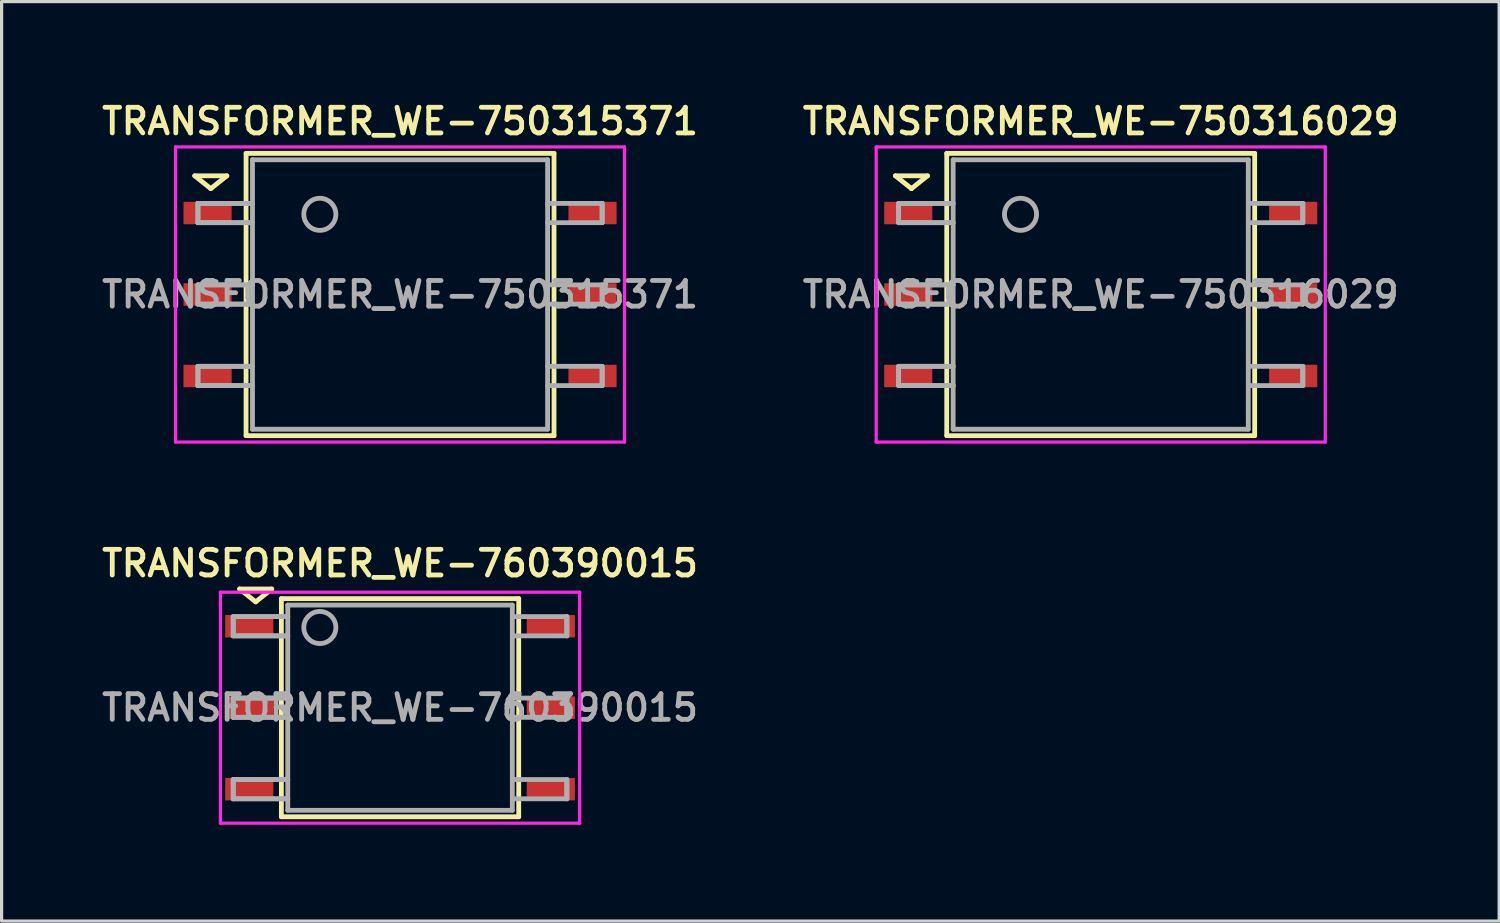
<source format=kicad_pcb>
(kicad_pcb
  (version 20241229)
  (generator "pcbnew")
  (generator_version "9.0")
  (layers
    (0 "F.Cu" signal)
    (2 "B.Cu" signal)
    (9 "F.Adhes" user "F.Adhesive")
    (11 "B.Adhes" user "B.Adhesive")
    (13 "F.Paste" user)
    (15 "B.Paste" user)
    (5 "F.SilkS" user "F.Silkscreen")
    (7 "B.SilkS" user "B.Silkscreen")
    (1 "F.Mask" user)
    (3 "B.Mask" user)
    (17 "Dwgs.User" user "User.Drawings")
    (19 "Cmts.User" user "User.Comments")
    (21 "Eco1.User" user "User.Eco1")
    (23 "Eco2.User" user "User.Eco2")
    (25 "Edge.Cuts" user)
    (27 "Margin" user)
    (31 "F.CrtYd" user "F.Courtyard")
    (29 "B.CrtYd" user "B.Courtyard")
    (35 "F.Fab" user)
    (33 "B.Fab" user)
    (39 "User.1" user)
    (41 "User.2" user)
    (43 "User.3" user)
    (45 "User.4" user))
  (footprint "TRANSFORMER_WE-750316029"
    (layer "F.Cu")
    (at 31.264 6.131)
    (property "Reference" "TRANSFORMER_WE-750316029" (at 0 -5.4 0) (layer "F.SilkS") (effects (font (size 0.8 0.8) (thickness 0.15))))
    (attr through_hole)
    (fp_line (start -6.4 -3.7) (end -5.4 -3.7) (stroke (width 0.15) (type solid)) (layer "F.SilkS"))
    (fp_line (start -5.9 -3.3) (end -6.4 -3.7) (stroke (width 0.15) (type solid)) (layer "F.SilkS"))
    (fp_line (start -5.4 -3.7) (end -5.9 -3.3) (stroke (width 0.15) (type solid)) (layer "F.SilkS"))
    (fp_line (start -4.8 -4.4) (end -4.8 4.4) (stroke (width 0.15) (type solid)) (layer "F.SilkS"))
    (fp_line (start -4.8 4.4) (end 4.8 4.4) (stroke (width 0.15) (type solid)) (layer "F.SilkS"))
    (fp_line (start 4.8 -4.4) (end -4.8 -4.4) (stroke (width 0.15) (type solid)) (layer "F.SilkS"))
    (fp_line (start 4.8 4.4) (end 4.8 -4.4) (stroke (width 0.15) (type solid)) (layer "F.SilkS"))
    (fp_line (start -7 -4.6) (end -7 4.6) (stroke (width 0.1) (type solid)) (layer "F.CrtYd"))
    (fp_line (start -7 4.6) (end 7 4.6) (stroke (width 0.1) (type solid)) (layer "F.CrtYd"))
    (fp_line (start 7 -4.6) (end -7 -4.6) (stroke (width 0.1) (type solid)) (layer "F.CrtYd"))
    (fp_line (start 7 4.6) (end 7 -4.6) (stroke (width 0.1) (type solid)) (layer "F.CrtYd"))
    (fp_line (start -6.3 -2.84) (end -6.3 -2.24) (stroke (width 0.15) (type solid)) (layer "F.Fab"))
    (fp_line (start -6.3 -2.84) (end -6.3 -2.24) (stroke (width 0.15) (type solid)) (layer "F.Fab"))
    (fp_line (start -6.3 -2.24) (end -4.6 -2.24) (stroke (width 0.15) (type solid)) (layer "F.Fab"))
    (fp_line (start -6.3 -2.24) (end -4.6 -2.24) (stroke (width 0.15) (type solid)) (layer "F.Fab"))
    (fp_line (start -6.3 -0.3) (end -6.3 0.3) (stroke (width 0.15) (type solid)) (layer "F.Fab"))
    (fp_line (start -6.3 -0.3) (end -6.3 0.3) (stroke (width 0.15) (type solid)) (layer "F.Fab"))
    (fp_line (start -6.3 0.3) (end -4.6 0.3) (stroke (width 0.15) (type solid)) (layer "F.Fab"))
    (fp_line (start -6.3 0.3) (end -4.6 0.3) (stroke (width 0.15) (type solid)) (layer "F.Fab"))
    (fp_line (start -6.3 2.24) (end -6.3 2.84) (stroke (width 0.15) (type solid)) (layer "F.Fab"))
    (fp_line (start -6.3 2.24) (end -6.3 2.84) (stroke (width 0.15) (type solid)) (layer "F.Fab"))
    (fp_line (start -6.3 2.84) (end -4.6 2.84) (stroke (width 0.15) (type solid)) (layer "F.Fab"))
    (fp_line (start -6.3 2.84) (end -4.6 2.84) (stroke (width 0.15) (type solid)) (layer "F.Fab"))
    (fp_line (start -4.6 -4.2) (end 4.6 -4.2) (stroke (width 0.15) (type solid)) (layer "F.Fab"))
    (fp_line (start -4.6 -2.84) (end -6.3 -2.84) (stroke (width 0.15) (type solid)) (layer "F.Fab"))
    (fp_line (start -4.6 -2.84) (end -6.3 -2.84) (stroke (width 0.15) (type solid)) (layer "F.Fab"))
    (fp_line (start -4.6 -0.3) (end -6.3 -0.3) (stroke (width 0.15) (type solid)) (layer "F.Fab"))
    (fp_line (start -4.6 -0.3) (end -6.3 -0.3) (stroke (width 0.15) (type solid)) (layer "F.Fab"))
    (fp_line (start -4.6 2.24) (end -6.3 2.24) (stroke (width 0.15) (type solid)) (layer "F.Fab"))
    (fp_line (start -4.6 2.24) (end -6.3 2.24) (stroke (width 0.15) (type solid)) (layer "F.Fab"))
    (fp_line (start -4.6 4.2) (end -4.6 -4.2) (stroke (width 0.15) (type solid)) (layer "F.Fab"))
    (fp_line (start 4.6 -4.2) (end 4.6 4.2) (stroke (width 0.15) (type solid)) (layer "F.Fab"))
    (fp_line (start 4.6 -2.84) (end 6.3 -2.84) (stroke (width 0.15) (type solid)) (layer "F.Fab"))
    (fp_line (start 4.6 -0.3) (end 6.3 -0.3) (stroke (width 0.15) (type solid)) (layer "F.Fab"))
    (fp_line (start 4.6 2.24) (end 6.3 2.24) (stroke (width 0.15) (type solid)) (layer "F.Fab"))
    (fp_line (start 4.6 4.2) (end -4.6 4.2) (stroke (width 0.15) (type solid)) (layer "F.Fab"))
    (fp_line (start 6.3 -2.84) (end 6.3 -2.24) (stroke (width 0.15) (type solid)) (layer "F.Fab"))
    (fp_line (start 6.3 -2.84) (end 6.3 -2.24) (stroke (width 0.15) (type solid)) (layer "F.Fab"))
    (fp_line (start 6.3 -2.24) (end 4.6 -2.24) (stroke (width 0.15) (type solid)) (layer "F.Fab"))
    (fp_line (start 6.3 -0.3) (end 6.3 0.3) (stroke (width 0.15) (type solid)) (layer "F.Fab"))
    (fp_line (start 6.3 -0.3) (end 6.3 0.3) (stroke (width 0.15) (type solid)) (layer "F.Fab"))
    (fp_line (start 6.3 0.3) (end 4.6 0.3) (stroke (width 0.15) (type solid)) (layer "F.Fab"))
    (fp_line (start 6.3 2.24) (end 6.3 2.84) (stroke (width 0.15) (type solid)) (layer "F.Fab"))
    (fp_line (start 6.3 2.24) (end 6.3 2.84) (stroke (width 0.15) (type solid)) (layer "F.Fab"))
    (fp_line (start 6.3 2.84) (end 4.6 2.84) (stroke (width 0.15) (type solid)) (layer "F.Fab"))
    (fp_circle (center -2.5 -2.5) (end -2 -2.5) (stroke (width 0.15) (type solid)) (fill no) (layer "F.Fab"))
    (fp_text user "${REFERENCE}" (at 0 0 0) (layer "F.Fab") (effects (font (size 0.8 0.8) (thickness 0.15))))
    (pad "1" smd rect (at -6 -2.54) (size 1.5 0.7) (layers "F.Cu" "F.Mask" "F.Paste"))
    (pad "2" smd rect (at -6 0) (size 1.5 0.7) (layers "F.Cu" "F.Mask" "F.Paste"))
    (pad "3" smd rect (at -6 2.54) (size 1.5 0.7) (layers "F.Cu" "F.Mask" "F.Paste"))
    (pad "4" smd rect (at 6 2.54) (size 1.5 0.7) (layers "F.Cu" "F.Mask" "F.Paste"))
    (pad "5" smd rect (at 6 0) (size 1.5 0.7) (layers "F.Cu" "F.Mask" "F.Paste"))
    (pad "6" smd rect (at 6 -2.54) (size 1.5 0.7) (layers "F.Cu" "F.Mask" "F.Paste")))
  (footprint "TRANSFORMER_WE-760390015"
    (layer "F.Cu")
    (at 9.421 19.012)
    (property "Reference" "TRANSFORMER_WE-760390015" (at 0 -4.5 0) (layer "F.SilkS") (effects (font (size 0.8 0.8) (thickness 0.15))))
    (attr through_hole)
    (fp_line (start -5 -3.7) (end -4 -3.7) (stroke (width 0.15) (type solid)) (layer "F.SilkS"))
    (fp_line (start -4.5 -3.3) (end -5 -3.7) (stroke (width 0.15) (type solid)) (layer "F.SilkS"))
    (fp_line (start -4 -3.7) (end -4.5 -3.3) (stroke (width 0.15) (type solid)) (layer "F.SilkS"))
    (fp_line (start -3.7 -3.4) (end -3.7 3.4) (stroke (width 0.15) (type solid)) (layer "F.SilkS"))
    (fp_line (start -3.7 3.4) (end 3.7 3.4) (stroke (width 0.15) (type solid)) (layer "F.SilkS"))
    (fp_line (start 3.7 -3.4) (end -3.7 -3.4) (stroke (width 0.15) (type solid)) (layer "F.SilkS"))
    (fp_line (start 3.7 3.4) (end 3.7 -3.4) (stroke (width 0.15) (type solid)) (layer "F.SilkS"))
    (fp_line (start -5.6 -3.6) (end -5.6 3.6) (stroke (width 0.1) (type solid)) (layer "F.CrtYd"))
    (fp_line (start -5.6 3.6) (end 5.6 3.6) (stroke (width 0.1) (type solid)) (layer "F.CrtYd"))
    (fp_line (start 5.6 -3.6) (end -5.6 -3.6) (stroke (width 0.1) (type solid)) (layer "F.CrtYd"))
    (fp_line (start 5.6 3.6) (end 5.6 -3.6) (stroke (width 0.1) (type solid)) (layer "F.CrtYd"))
    (fp_line (start -5.2 -2.84) (end -5.2 -2.24) (stroke (width 0.15) (type solid)) (layer "F.Fab"))
    (fp_line (start -5.2 -2.84) (end -5.2 -2.24) (stroke (width 0.15) (type solid)) (layer "F.Fab"))
    (fp_line (start -5.2 -2.24) (end -3.5 -2.24) (stroke (width 0.15) (type solid)) (layer "F.Fab"))
    (fp_line (start -5.2 -2.24) (end -3.5 -2.24) (stroke (width 0.15) (type solid)) (layer "F.Fab"))
    (fp_line (start -5.2 -0.3) (end -5.2 0.3) (stroke (width 0.15) (type solid)) (layer "F.Fab"))
    (fp_line (start -5.2 -0.3) (end -5.2 0.3) (stroke (width 0.15) (type solid)) (layer "F.Fab"))
    (fp_line (start -5.2 0.3) (end -3.5 0.3) (stroke (width 0.15) (type solid)) (layer "F.Fab"))
    (fp_line (start -5.2 0.3) (end -3.5 0.3) (stroke (width 0.15) (type solid)) (layer "F.Fab"))
    (fp_line (start -5.2 2.24) (end -5.2 2.84) (stroke (width 0.15) (type solid)) (layer "F.Fab"))
    (fp_line (start -5.2 2.24) (end -5.2 2.84) (stroke (width 0.15) (type solid)) (layer "F.Fab"))
    (fp_line (start -5.2 2.84) (end -3.5 2.84) (stroke (width 0.15) (type solid)) (layer "F.Fab"))
    (fp_line (start -5.2 2.84) (end -3.5 2.84) (stroke (width 0.15) (type solid)) (layer "F.Fab"))
    (fp_line (start -3.5 -3.2) (end 3.5 -3.2) (stroke (width 0.15) (type solid)) (layer "F.Fab"))
    (fp_line (start -3.5 -2.84) (end -5.2 -2.84) (stroke (width 0.15) (type solid)) (layer "F.Fab"))
    (fp_line (start -3.5 -2.84) (end -5.2 -2.84) (stroke (width 0.15) (type solid)) (layer "F.Fab"))
    (fp_line (start -3.5 -0.3) (end -5.2 -0.3) (stroke (width 0.15) (type solid)) (layer "F.Fab"))
    (fp_line (start -3.5 -0.3) (end -5.2 -0.3) (stroke (width 0.15) (type solid)) (layer "F.Fab"))
    (fp_line (start -3.5 2.24) (end -5.2 2.24) (stroke (width 0.15) (type solid)) (layer "F.Fab"))
    (fp_line (start -3.5 2.24) (end -5.2 2.24) (stroke (width 0.15) (type solid)) (layer "F.Fab"))
    (fp_line (start -3.5 3.2) (end -3.5 -3.2) (stroke (width 0.15) (type solid)) (layer "F.Fab"))
    (fp_line (start 3.5 -3.2) (end 3.5 3.2) (stroke (width 0.15) (type solid)) (layer "F.Fab"))
    (fp_line (start 3.5 -2.84) (end 5.2 -2.84) (stroke (width 0.15) (type solid)) (layer "F.Fab"))
    (fp_line (start 3.5 -0.3) (end 5.2 -0.3) (stroke (width 0.15) (type solid)) (layer "F.Fab"))
    (fp_line (start 3.5 2.24) (end 5.2 2.24) (stroke (width 0.15) (type solid)) (layer "F.Fab"))
    (fp_line (start 3.5 3.2) (end -3.5 3.2) (stroke (width 0.15) (type solid)) (layer "F.Fab"))
    (fp_line (start 5.2 -2.84) (end 5.2 -2.24) (stroke (width 0.15) (type solid)) (layer "F.Fab"))
    (fp_line (start 5.2 -2.84) (end 5.2 -2.24) (stroke (width 0.15) (type solid)) (layer "F.Fab"))
    (fp_line (start 5.2 -2.24) (end 3.5 -2.24) (stroke (width 0.15) (type solid)) (layer "F.Fab"))
    (fp_line (start 5.2 -0.3) (end 5.2 0.3) (stroke (width 0.15) (type solid)) (layer "F.Fab"))
    (fp_line (start 5.2 -0.3) (end 5.2 0.3) (stroke (width 0.15) (type solid)) (layer "F.Fab"))
    (fp_line (start 5.2 0.3) (end 3.5 0.3) (stroke (width 0.15) (type solid)) (layer "F.Fab"))
    (fp_line (start 5.2 2.24) (end 5.2 2.84) (stroke (width 0.15) (type solid)) (layer "F.Fab"))
    (fp_line (start 5.2 2.24) (end 5.2 2.84) (stroke (width 0.15) (type solid)) (layer "F.Fab"))
    (fp_line (start 5.2 2.84) (end 3.5 2.84) (stroke (width 0.15) (type solid)) (layer "F.Fab"))
    (fp_circle (center -2.5 -2.5) (end -2 -2.5) (stroke (width 0.15) (type solid)) (fill no) (layer "F.Fab"))
    (fp_text user "${REFERENCE}" (at 0 0 0) (layer "F.Fab") (effects (font (size 0.8 0.8) (thickness 0.15))))
    (pad "1" smd rect (at -4.7 -2.54) (size 1.5 0.7) (layers "F.Cu" "F.Mask" "F.Paste"))
    (pad "2" smd rect (at -4.7 0) (size 1.5 0.7) (layers "F.Cu" "F.Mask" "F.Paste"))
    (pad "3" smd rect (at -4.7 2.54) (size 1.5 0.7) (layers "F.Cu" "F.Mask" "F.Paste"))
    (pad "4" smd rect (at 4.7 2.54) (size 1.5 0.7) (layers "F.Cu" "F.Mask" "F.Paste"))
    (pad "5" smd rect (at 4.7 0) (size 1.5 0.7) (layers "F.Cu" "F.Mask" "F.Paste"))
    (pad "6" smd rect (at 4.7 -2.54) (size 1.5 0.7) (layers "F.Cu" "F.Mask" "F.Paste")))
  (footprint "TRANSFORMER_WE-750315371"
    (layer "F.Cu")
    (at 9.421 6.131)
    (property "Reference" "TRANSFORMER_WE-750315371" (at 0 -5.4 0) (layer "F.SilkS") (effects (font (size 0.8 0.8) (thickness 0.15))))
    (attr through_hole)
    (fp_line (start -6.4 -3.7) (end -5.4 -3.7) (stroke (width 0.15) (type solid)) (layer "F.SilkS"))
    (fp_line (start -5.9 -3.3) (end -6.4 -3.7) (stroke (width 0.15) (type solid)) (layer "F.SilkS"))
    (fp_line (start -5.4 -3.7) (end -5.9 -3.3) (stroke (width 0.15) (type solid)) (layer "F.SilkS"))
    (fp_line (start -4.8 -4.4) (end -4.8 4.4) (stroke (width 0.15) (type solid)) (layer "F.SilkS"))
    (fp_line (start -4.8 4.4) (end 4.8 4.4) (stroke (width 0.15) (type solid)) (layer "F.SilkS"))
    (fp_line (start 4.8 -4.4) (end -4.8 -4.4) (stroke (width 0.15) (type solid)) (layer "F.SilkS"))
    (fp_line (start 4.8 4.4) (end 4.8 -4.4) (stroke (width 0.15) (type solid)) (layer "F.SilkS"))
    (fp_line (start -7 -4.6) (end -7 4.6) (stroke (width 0.1) (type solid)) (layer "F.CrtYd"))
    (fp_line (start -7 4.6) (end 7 4.6) (stroke (width 0.1) (type solid)) (layer "F.CrtYd"))
    (fp_line (start 7 -4.6) (end -7 -4.6) (stroke (width 0.1) (type solid)) (layer "F.CrtYd"))
    (fp_line (start 7 4.6) (end 7 -4.6) (stroke (width 0.1) (type solid)) (layer "F.CrtYd"))
    (fp_line (start -6.3 -2.84) (end -6.3 -2.24) (stroke (width 0.15) (type solid)) (layer "F.Fab"))
    (fp_line (start -6.3 -2.84) (end -6.3 -2.24) (stroke (width 0.15) (type solid)) (layer "F.Fab"))
    (fp_line (start -6.3 -2.24) (end -4.6 -2.24) (stroke (width 0.15) (type solid)) (layer "F.Fab"))
    (fp_line (start -6.3 -2.24) (end -4.6 -2.24) (stroke (width 0.15) (type solid)) (layer "F.Fab"))
    (fp_line (start -6.3 -0.3) (end -6.3 0.3) (stroke (width 0.15) (type solid)) (layer "F.Fab"))
    (fp_line (start -6.3 -0.3) (end -6.3 0.3) (stroke (width 0.15) (type solid)) (layer "F.Fab"))
    (fp_line (start -6.3 0.3) (end -4.6 0.3) (stroke (width 0.15) (type solid)) (layer "F.Fab"))
    (fp_line (start -6.3 0.3) (end -4.6 0.3) (stroke (width 0.15) (type solid)) (layer "F.Fab"))
    (fp_line (start -6.3 2.24) (end -6.3 2.84) (stroke (width 0.15) (type solid)) (layer "F.Fab"))
    (fp_line (start -6.3 2.24) (end -6.3 2.84) (stroke (width 0.15) (type solid)) (layer "F.Fab"))
    (fp_line (start -6.3 2.84) (end -4.6 2.84) (stroke (width 0.15) (type solid)) (layer "F.Fab"))
    (fp_line (start -6.3 2.84) (end -4.6 2.84) (stroke (width 0.15) (type solid)) (layer "F.Fab"))
    (fp_line (start -4.6 -4.2) (end 4.6 -4.2) (stroke (width 0.15) (type solid)) (layer "F.Fab"))
    (fp_line (start -4.6 -2.84) (end -6.3 -2.84) (stroke (width 0.15) (type solid)) (layer "F.Fab"))
    (fp_line (start -4.6 -2.84) (end -6.3 -2.84) (stroke (width 0.15) (type solid)) (layer "F.Fab"))
    (fp_line (start -4.6 -0.3) (end -6.3 -0.3) (stroke (width 0.15) (type solid)) (layer "F.Fab"))
    (fp_line (start -4.6 -0.3) (end -6.3 -0.3) (stroke (width 0.15) (type solid)) (layer "F.Fab"))
    (fp_line (start -4.6 2.24) (end -6.3 2.24) (stroke (width 0.15) (type solid)) (layer "F.Fab"))
    (fp_line (start -4.6 2.24) (end -6.3 2.24) (stroke (width 0.15) (type solid)) (layer "F.Fab"))
    (fp_line (start -4.6 4.2) (end -4.6 -4.2) (stroke (width 0.15) (type solid)) (layer "F.Fab"))
    (fp_line (start 4.6 -4.2) (end 4.6 4.2) (stroke (width 0.15) (type solid)) (layer "F.Fab"))
    (fp_line (start 4.6 -2.84) (end 6.3 -2.84) (stroke (width 0.15) (type solid)) (layer "F.Fab"))
    (fp_line (start 4.6 -0.3) (end 6.3 -0.3) (stroke (width 0.15) (type solid)) (layer "F.Fab"))
    (fp_line (start 4.6 2.24) (end 6.3 2.24) (stroke (width 0.15) (type solid)) (layer "F.Fab"))
    (fp_line (start 4.6 4.2) (end -4.6 4.2) (stroke (width 0.15) (type solid)) (layer "F.Fab"))
    (fp_line (start 6.3 -2.84) (end 6.3 -2.24) (stroke (width 0.15) (type solid)) (layer "F.Fab"))
    (fp_line (start 6.3 -2.84) (end 6.3 -2.24) (stroke (width 0.15) (type solid)) (layer "F.Fab"))
    (fp_line (start 6.3 -2.24) (end 4.6 -2.24) (stroke (width 0.15) (type solid)) (layer "F.Fab"))
    (fp_line (start 6.3 -0.3) (end 6.3 0.3) (stroke (width 0.15) (type solid)) (layer "F.Fab"))
    (fp_line (start 6.3 -0.3) (end 6.3 0.3) (stroke (width 0.15) (type solid)) (layer "F.Fab"))
    (fp_line (start 6.3 0.3) (end 4.6 0.3) (stroke (width 0.15) (type solid)) (layer "F.Fab"))
    (fp_line (start 6.3 2.24) (end 6.3 2.84) (stroke (width 0.15) (type solid)) (layer "F.Fab"))
    (fp_line (start 6.3 2.24) (end 6.3 2.84) (stroke (width 0.15) (type solid)) (layer "F.Fab"))
    (fp_line (start 6.3 2.84) (end 4.6 2.84) (stroke (width 0.15) (type solid)) (layer "F.Fab"))
    (fp_circle (center -2.5 -2.5) (end -2 -2.5) (stroke (width 0.15) (type solid)) (fill no) (layer "F.Fab"))
    (fp_text user "${REFERENCE}" (at 0 0 0) (layer "F.Fab") (effects (font (size 0.8 0.8) (thickness 0.15))))
    (pad "1" smd rect (at -6 -2.54) (size 1.5 0.7) (layers "F.Cu" "F.Mask" "F.Paste"))
    (pad "2" smd rect (at -6 0) (size 1.5 0.7) (layers "F.Cu" "F.Mask" "F.Paste"))
    (pad "3" smd rect (at -6 2.54) (size 1.5 0.7) (layers "F.Cu" "F.Mask" "F.Paste"))
    (pad "4" smd rect (at 6 2.54) (size 1.5 0.7) (layers "F.Cu" "F.Mask" "F.Paste"))
    (pad "5" smd rect (at 6 0) (size 1.5 0.7) (layers "F.Cu" "F.Mask" "F.Paste"))
    (pad "6" smd rect (at 6 -2.54) (size 1.5 0.7) (layers "F.Cu" "F.Mask" "F.Paste")))
  (gr_rect
    (start -3 -3)
    (end 43.685 25.663)
    (stroke (width 0.1) (type default))
    (fill no)
    (layer "Edge.Cuts")))
</source>
